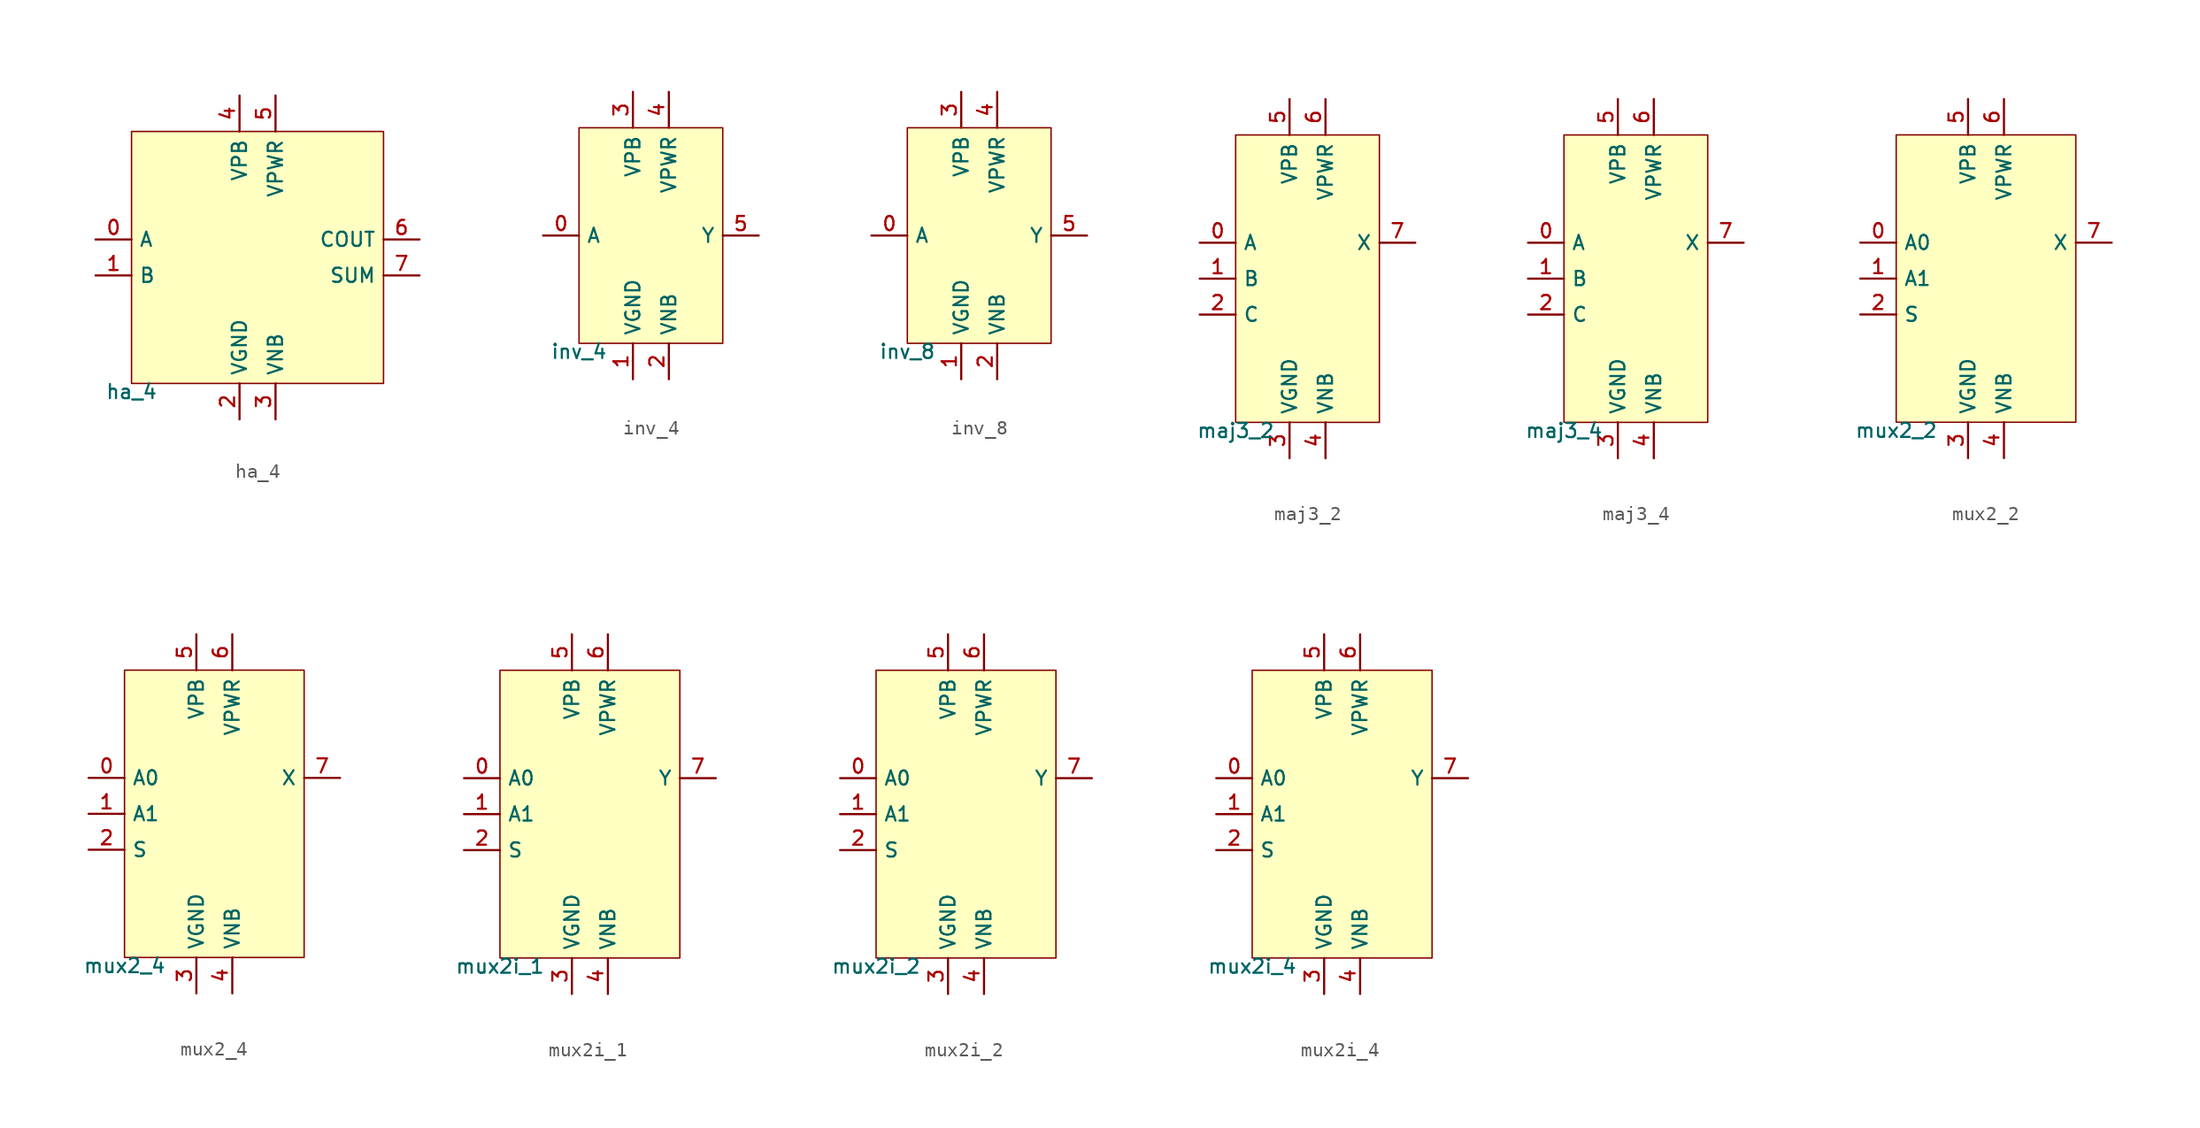
<source format=kicad_sym>
(kicad_symbol_lib
  (version 20211014)
  (generator lef2kicad_sym)
  (symbol "ha_4"
    (property "Reference" "CELL"
      (at 0 0 0)
      (effects (font (size 1 1)) hide))
    (property "Value" "ha_4"
      (at -8.89 -8.89 0)
      (effects (font (size 1 1)) (justify top)))
    (rectangle
      (start -8.89 -8.89)
      (end 8.89 8.89)
      (stroke (width 0.1) (type solid) (color 0 0 0 0))
      (fill (type background)))
    (pin input line
      (at -11.43 1.27 0)
      (length 2.54)
      (name "A" (effects (font (size 1 1)) hide))
      (number "0" (effects (font (size 1 1)) hide)))
    (pin input line
      (at -11.43 -1.27 0)
      (length 2.54)
      (name "B" (effects (font (size 1 1)) hide))
      (number "1" (effects (font (size 1 1)) hide)))
    (pin power_in line
      (at -1.27 -11.43 90)
      (length 2.54)
      (name "VGND" (effects (font (size 1 1)) hide))
      (number "2" (effects (font (size 1 1)) hide)))
    (pin power_in line
      (at 1.27 -11.43 90)
      (length 2.54)
      (name "VNB" (effects (font (size 1 1)) hide))
      (number "3" (effects (font (size 1 1)) hide)))
    (pin power_in line
      (at -1.27 11.43 270)
      (length 2.54)
      (name "VPB" (effects (font (size 1 1)) hide))
      (number "4" (effects (font (size 1 1)) hide)))
    (pin power_in line
      (at 1.27 11.43 270)
      (length 2.54)
      (name "VPWR" (effects (font (size 1 1)) hide))
      (number "5" (effects (font (size 1 1)) hide)))
    (pin output line
      (at 11.43 1.27 180)
      (length 2.54)
      (name "COUT" (effects (font (size 1 1)) hide))
      (number "6" (effects (font (size 1 1)) hide)))
    (pin output line
      (at 11.43 -1.27 180)
      (length 2.54)
      (name "SUM" (effects (font (size 1 1)) hide))
      (number "7" (effects (font (size 1 1)) hide))))
  (symbol "inv_4"
    (property "Reference" "CELL"
      (at 0 0 0)
      (effects (font (size 1 1)) hide))
    (property "Value" "inv_4"
      (at -5.08 -7.62 0)
      (effects (font (size 1 1)) (justify top)))
    (rectangle
      (start -5.08 -7.62)
      (end 5.08 7.62)
      (stroke (width 0.1) (type solid) (color 0 0 0 0))
      (fill (type background)))
    (pin input line
      (at -7.62 0.0 0)
      (length 2.54)
      (name "A" (effects (font (size 1 1)) hide))
      (number "0" (effects (font (size 1 1)) hide)))
    (pin power_in line
      (at -1.27 -10.16 90)
      (length 2.54)
      (name "VGND" (effects (font (size 1 1)) hide))
      (number "1" (effects (font (size 1 1)) hide)))
    (pin power_in line
      (at 1.27 -10.16 90)
      (length 2.54)
      (name "VNB" (effects (font (size 1 1)) hide))
      (number "2" (effects (font (size 1 1)) hide)))
    (pin power_in line
      (at -1.27 10.16 270)
      (length 2.54)
      (name "VPB" (effects (font (size 1 1)) hide))
      (number "3" (effects (font (size 1 1)) hide)))
    (pin power_in line
      (at 1.27 10.16 270)
      (length 2.54)
      (name "VPWR" (effects (font (size 1 1)) hide))
      (number "4" (effects (font (size 1 1)) hide)))
    (pin output line
      (at 7.62 0.0 180)
      (length 2.54)
      (name "Y" (effects (font (size 1 1)) hide))
      (number "5" (effects (font (size 1 1)) hide))))
  (symbol "inv_8"
    (property "Reference" "CELL"
      (at 0 0 0)
      (effects (font (size 1 1)) hide))
    (property "Value" "inv_8"
      (at -5.08 -7.62 0)
      (effects (font (size 1 1)) (justify top)))
    (rectangle
      (start -5.08 -7.62)
      (end 5.08 7.62)
      (stroke (width 0.1) (type solid) (color 0 0 0 0))
      (fill (type background)))
    (pin input line
      (at -7.62 0.0 0)
      (length 2.54)
      (name "A" (effects (font (size 1 1)) hide))
      (number "0" (effects (font (size 1 1)) hide)))
    (pin power_in line
      (at -1.27 -10.16 90)
      (length 2.54)
      (name "VGND" (effects (font (size 1 1)) hide))
      (number "1" (effects (font (size 1 1)) hide)))
    (pin power_in line
      (at 1.27 -10.16 90)
      (length 2.54)
      (name "VNB" (effects (font (size 1 1)) hide))
      (number "2" (effects (font (size 1 1)) hide)))
    (pin power_in line
      (at -1.27 10.16 270)
      (length 2.54)
      (name "VPB" (effects (font (size 1 1)) hide))
      (number "3" (effects (font (size 1 1)) hide)))
    (pin power_in line
      (at 1.27 10.16 270)
      (length 2.54)
      (name "VPWR" (effects (font (size 1 1)) hide))
      (number "4" (effects (font (size 1 1)) hide)))
    (pin output line
      (at 7.62 0.0 180)
      (length 2.54)
      (name "Y" (effects (font (size 1 1)) hide))
      (number "5" (effects (font (size 1 1)) hide))))
  (symbol "maj3_2"
    (property "Reference" "CELL"
      (at 0 0 0)
      (effects (font (size 1 1)) hide))
    (property "Value" "maj3_2"
      (at -5.08 -10.16 0)
      (effects (font (size 1 1)) (justify top)))
    (rectangle
      (start -5.08 -10.16)
      (end 5.08 10.16)
      (stroke (width 0.1) (type solid) (color 0 0 0 0))
      (fill (type background)))
    (pin input line
      (at -7.62 2.54 0)
      (length 2.54)
      (name "A" (effects (font (size 1 1)) hide))
      (number "0" (effects (font (size 1 1)) hide)))
    (pin input line
      (at -7.62 0.0 0)
      (length 2.54)
      (name "B" (effects (font (size 1 1)) hide))
      (number "1" (effects (font (size 1 1)) hide)))
    (pin input line
      (at -7.62 -2.54 0)
      (length 2.54)
      (name "C" (effects (font (size 1 1)) hide))
      (number "2" (effects (font (size 1 1)) hide)))
    (pin power_in line
      (at -1.27 -12.7 90)
      (length 2.54)
      (name "VGND" (effects (font (size 1 1)) hide))
      (number "3" (effects (font (size 1 1)) hide)))
    (pin power_in line
      (at 1.27 -12.7 90)
      (length 2.54)
      (name "VNB" (effects (font (size 1 1)) hide))
      (number "4" (effects (font (size 1 1)) hide)))
    (pin power_in line
      (at -1.27 12.7 270)
      (length 2.54)
      (name "VPB" (effects (font (size 1 1)) hide))
      (number "5" (effects (font (size 1 1)) hide)))
    (pin power_in line
      (at 1.27 12.7 270)
      (length 2.54)
      (name "VPWR" (effects (font (size 1 1)) hide))
      (number "6" (effects (font (size 1 1)) hide)))
    (pin output line
      (at 7.62 2.54 180)
      (length 2.54)
      (name "X" (effects (font (size 1 1)) hide))
      (number "7" (effects (font (size 1 1)) hide))))
  (symbol "maj3_4"
    (property "Reference" "CELL"
      (at 0 0 0)
      (effects (font (size 1 1)) hide))
    (property "Value" "maj3_4"
      (at -5.08 -10.16 0)
      (effects (font (size 1 1)) (justify top)))
    (rectangle
      (start -5.08 -10.16)
      (end 5.08 10.16)
      (stroke (width 0.1) (type solid) (color 0 0 0 0))
      (fill (type background)))
    (pin input line
      (at -7.62 2.54 0)
      (length 2.54)
      (name "A" (effects (font (size 1 1)) hide))
      (number "0" (effects (font (size 1 1)) hide)))
    (pin input line
      (at -7.62 0.0 0)
      (length 2.54)
      (name "B" (effects (font (size 1 1)) hide))
      (number "1" (effects (font (size 1 1)) hide)))
    (pin input line
      (at -7.62 -2.54 0)
      (length 2.54)
      (name "C" (effects (font (size 1 1)) hide))
      (number "2" (effects (font (size 1 1)) hide)))
    (pin power_in line
      (at -1.27 -12.7 90)
      (length 2.54)
      (name "VGND" (effects (font (size 1 1)) hide))
      (number "3" (effects (font (size 1 1)) hide)))
    (pin power_in line
      (at 1.27 -12.7 90)
      (length 2.54)
      (name "VNB" (effects (font (size 1 1)) hide))
      (number "4" (effects (font (size 1 1)) hide)))
    (pin power_in line
      (at -1.27 12.7 270)
      (length 2.54)
      (name "VPB" (effects (font (size 1 1)) hide))
      (number "5" (effects (font (size 1 1)) hide)))
    (pin power_in line
      (at 1.27 12.7 270)
      (length 2.54)
      (name "VPWR" (effects (font (size 1 1)) hide))
      (number "6" (effects (font (size 1 1)) hide)))
    (pin output line
      (at 7.62 2.54 180)
      (length 2.54)
      (name "X" (effects (font (size 1 1)) hide))
      (number "7" (effects (font (size 1 1)) hide))))
  (symbol "mux2_2"
    (property "Reference" "CELL"
      (at 0 0 0)
      (effects (font (size 1 1)) hide))
    (property "Value" "mux2_2"
      (at -6.35 -10.16 0)
      (effects (font (size 1 1)) (justify top)))
    (rectangle
      (start -6.35 -10.16)
      (end 6.35 10.16)
      (stroke (width 0.1) (type solid) (color 0 0 0 0))
      (fill (type background)))
    (pin input line
      (at -8.89 2.54 0)
      (length 2.54)
      (name "A0" (effects (font (size 1 1)) hide))
      (number "0" (effects (font (size 1 1)) hide)))
    (pin input line
      (at -8.89 0.0 0)
      (length 2.54)
      (name "A1" (effects (font (size 1 1)) hide))
      (number "1" (effects (font (size 1 1)) hide)))
    (pin input line
      (at -8.89 -2.54 0)
      (length 2.54)
      (name "S" (effects (font (size 1 1)) hide))
      (number "2" (effects (font (size 1 1)) hide)))
    (pin power_in line
      (at -1.27 -12.7 90)
      (length 2.54)
      (name "VGND" (effects (font (size 1 1)) hide))
      (number "3" (effects (font (size 1 1)) hide)))
    (pin power_in line
      (at 1.27 -12.7 90)
      (length 2.54)
      (name "VNB" (effects (font (size 1 1)) hide))
      (number "4" (effects (font (size 1 1)) hide)))
    (pin power_in line
      (at -1.27 12.7 270)
      (length 2.54)
      (name "VPB" (effects (font (size 1 1)) hide))
      (number "5" (effects (font (size 1 1)) hide)))
    (pin power_in line
      (at 1.27 12.7 270)
      (length 2.54)
      (name "VPWR" (effects (font (size 1 1)) hide))
      (number "6" (effects (font (size 1 1)) hide)))
    (pin output line
      (at 8.89 2.54 180)
      (length 2.54)
      (name "X" (effects (font (size 1 1)) hide))
      (number "7" (effects (font (size 1 1)) hide))))
  (symbol "mux2_4"
    (property "Reference" "CELL"
      (at 0 0 0)
      (effects (font (size 1 1)) hide))
    (property "Value" "mux2_4"
      (at -6.35 -10.16 0)
      (effects (font (size 1 1)) (justify top)))
    (rectangle
      (start -6.35 -10.16)
      (end 6.35 10.16)
      (stroke (width 0.1) (type solid) (color 0 0 0 0))
      (fill (type background)))
    (pin input line
      (at -8.89 2.54 0)
      (length 2.54)
      (name "A0" (effects (font (size 1 1)) hide))
      (number "0" (effects (font (size 1 1)) hide)))
    (pin input line
      (at -8.89 0.0 0)
      (length 2.54)
      (name "A1" (effects (font (size 1 1)) hide))
      (number "1" (effects (font (size 1 1)) hide)))
    (pin input line
      (at -8.89 -2.54 0)
      (length 2.54)
      (name "S" (effects (font (size 1 1)) hide))
      (number "2" (effects (font (size 1 1)) hide)))
    (pin power_in line
      (at -1.27 -12.7 90)
      (length 2.54)
      (name "VGND" (effects (font (size 1 1)) hide))
      (number "3" (effects (font (size 1 1)) hide)))
    (pin power_in line
      (at 1.27 -12.7 90)
      (length 2.54)
      (name "VNB" (effects (font (size 1 1)) hide))
      (number "4" (effects (font (size 1 1)) hide)))
    (pin power_in line
      (at -1.27 12.7 270)
      (length 2.54)
      (name "VPB" (effects (font (size 1 1)) hide))
      (number "5" (effects (font (size 1 1)) hide)))
    (pin power_in line
      (at 1.27 12.7 270)
      (length 2.54)
      (name "VPWR" (effects (font (size 1 1)) hide))
      (number "6" (effects (font (size 1 1)) hide)))
    (pin output line
      (at 8.89 2.54 180)
      (length 2.54)
      (name "X" (effects (font (size 1 1)) hide))
      (number "7" (effects (font (size 1 1)) hide))))
  (symbol "mux2i_1"
    (property "Reference" "CELL"
      (at 0 0 0)
      (effects (font (size 1 1)) hide))
    (property "Value" "mux2i_1"
      (at -6.35 -10.16 0)
      (effects (font (size 1 1)) (justify top)))
    (rectangle
      (start -6.35 -10.16)
      (end 6.35 10.16)
      (stroke (width 0.1) (type solid) (color 0 0 0 0))
      (fill (type background)))
    (pin input line
      (at -8.89 2.54 0)
      (length 2.54)
      (name "A0" (effects (font (size 1 1)) hide))
      (number "0" (effects (font (size 1 1)) hide)))
    (pin input line
      (at -8.89 0.0 0)
      (length 2.54)
      (name "A1" (effects (font (size 1 1)) hide))
      (number "1" (effects (font (size 1 1)) hide)))
    (pin input line
      (at -8.89 -2.54 0)
      (length 2.54)
      (name "S" (effects (font (size 1 1)) hide))
      (number "2" (effects (font (size 1 1)) hide)))
    (pin power_in line
      (at -1.27 -12.7 90)
      (length 2.54)
      (name "VGND" (effects (font (size 1 1)) hide))
      (number "3" (effects (font (size 1 1)) hide)))
    (pin power_in line
      (at 1.27 -12.7 90)
      (length 2.54)
      (name "VNB" (effects (font (size 1 1)) hide))
      (number "4" (effects (font (size 1 1)) hide)))
    (pin power_in line
      (at -1.27 12.7 270)
      (length 2.54)
      (name "VPB" (effects (font (size 1 1)) hide))
      (number "5" (effects (font (size 1 1)) hide)))
    (pin power_in line
      (at 1.27 12.7 270)
      (length 2.54)
      (name "VPWR" (effects (font (size 1 1)) hide))
      (number "6" (effects (font (size 1 1)) hide)))
    (pin output line
      (at 8.89 2.54 180)
      (length 2.54)
      (name "Y" (effects (font (size 1 1)) hide))
      (number "7" (effects (font (size 1 1)) hide))))
  (symbol "mux2i_2"
    (property "Reference" "CELL"
      (at 0 0 0)
      (effects (font (size 1 1)) hide))
    (property "Value" "mux2i_2"
      (at -6.35 -10.16 0)
      (effects (font (size 1 1)) (justify top)))
    (rectangle
      (start -6.35 -10.16)
      (end 6.35 10.16)
      (stroke (width 0.1) (type solid) (color 0 0 0 0))
      (fill (type background)))
    (pin input line
      (at -8.89 2.54 0)
      (length 2.54)
      (name "A0" (effects (font (size 1 1)) hide))
      (number "0" (effects (font (size 1 1)) hide)))
    (pin input line
      (at -8.89 0.0 0)
      (length 2.54)
      (name "A1" (effects (font (size 1 1)) hide))
      (number "1" (effects (font (size 1 1)) hide)))
    (pin input line
      (at -8.89 -2.54 0)
      (length 2.54)
      (name "S" (effects (font (size 1 1)) hide))
      (number "2" (effects (font (size 1 1)) hide)))
    (pin power_in line
      (at -1.27 -12.7 90)
      (length 2.54)
      (name "VGND" (effects (font (size 1 1)) hide))
      (number "3" (effects (font (size 1 1)) hide)))
    (pin power_in line
      (at 1.27 -12.7 90)
      (length 2.54)
      (name "VNB" (effects (font (size 1 1)) hide))
      (number "4" (effects (font (size 1 1)) hide)))
    (pin power_in line
      (at -1.27 12.7 270)
      (length 2.54)
      (name "VPB" (effects (font (size 1 1)) hide))
      (number "5" (effects (font (size 1 1)) hide)))
    (pin power_in line
      (at 1.27 12.7 270)
      (length 2.54)
      (name "VPWR" (effects (font (size 1 1)) hide))
      (number "6" (effects (font (size 1 1)) hide)))
    (pin output line
      (at 8.89 2.54 180)
      (length 2.54)
      (name "Y" (effects (font (size 1 1)) hide))
      (number "7" (effects (font (size 1 1)) hide))))
  (symbol "mux2i_4"
    (property "Reference" "CELL"
      (at 0 0 0)
      (effects (font (size 1 1)) hide))
    (property "Value" "mux2i_4"
      (at -6.35 -10.16 0)
      (effects (font (size 1 1)) (justify top)))
    (rectangle
      (start -6.35 -10.16)
      (end 6.35 10.16)
      (stroke (width 0.1) (type solid) (color 0 0 0 0))
      (fill (type background)))
    (pin input line
      (at -8.89 2.54 0)
      (length 2.54)
      (name "A0" (effects (font (size 1 1)) hide))
      (number "0" (effects (font (size 1 1)) hide)))
    (pin input line
      (at -8.89 0.0 0)
      (length 2.54)
      (name "A1" (effects (font (size 1 1)) hide))
      (number "1" (effects (font (size 1 1)) hide)))
    (pin input line
      (at -8.89 -2.54 0)
      (length 2.54)
      (name "S" (effects (font (size 1 1)) hide))
      (number "2" (effects (font (size 1 1)) hide)))
    (pin power_in line
      (at -1.27 -12.7 90)
      (length 2.54)
      (name "VGND" (effects (font (size 1 1)) hide))
      (number "3" (effects (font (size 1 1)) hide)))
    (pin power_in line
      (at 1.27 -12.7 90)
      (length 2.54)
      (name "VNB" (effects (font (size 1 1)) hide))
      (number "4" (effects (font (size 1 1)) hide)))
    (pin power_in line
      (at -1.27 12.7 270)
      (length 2.54)
      (name "VPB" (effects (font (size 1 1)) hide))
      (number "5" (effects (font (size 1 1)) hide)))
    (pin power_in line
      (at 1.27 12.7 270)
      (length 2.54)
      (name "VPWR" (effects (font (size 1 1)) hide))
      (number "6" (effects (font (size 1 1)) hide)))
    (pin output line
      (at 8.89 2.54 180)
      (length 2.54)
      (name "Y" (effects (font (size 1 1)) hide))
      (number "7" (effects (font (size 1 1)) hide)))))
</source>
